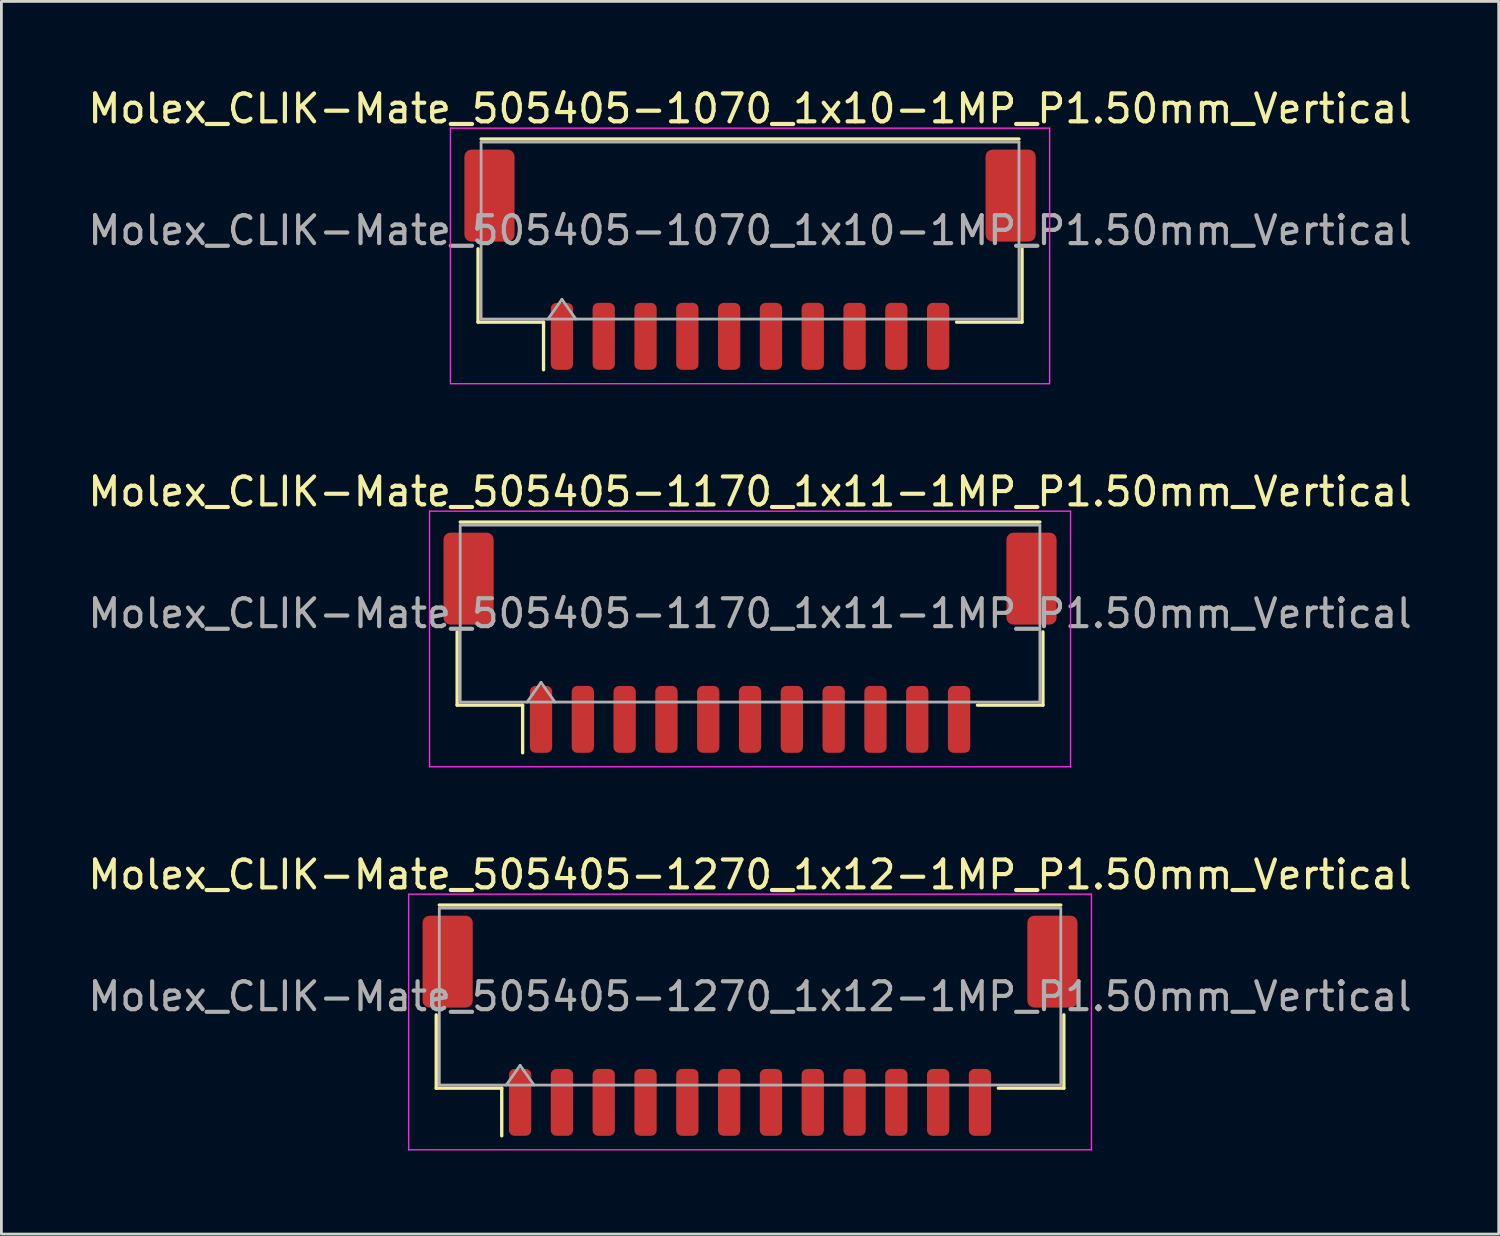
<source format=kicad_pcb>
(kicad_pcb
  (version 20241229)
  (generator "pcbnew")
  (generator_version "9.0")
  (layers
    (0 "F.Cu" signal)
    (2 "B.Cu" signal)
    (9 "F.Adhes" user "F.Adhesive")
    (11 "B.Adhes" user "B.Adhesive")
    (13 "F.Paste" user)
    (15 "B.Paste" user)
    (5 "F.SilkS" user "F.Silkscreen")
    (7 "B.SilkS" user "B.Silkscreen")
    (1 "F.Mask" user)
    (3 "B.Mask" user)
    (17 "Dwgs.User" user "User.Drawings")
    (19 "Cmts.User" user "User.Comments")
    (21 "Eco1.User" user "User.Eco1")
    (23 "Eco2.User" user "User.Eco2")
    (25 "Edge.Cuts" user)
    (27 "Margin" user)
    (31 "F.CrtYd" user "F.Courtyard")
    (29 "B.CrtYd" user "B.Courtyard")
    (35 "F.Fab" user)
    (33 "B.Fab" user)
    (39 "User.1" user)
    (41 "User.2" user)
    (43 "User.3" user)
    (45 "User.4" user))
  (footprint "Molex_CLIK-Mate_505405-1270_1x12-1MP_P1.50mm_Vertical"
    (layer "F.Cu")
    (at 23.863 33.755)
    (property "Reference" "Molex_CLIK-Mate_505405-1270_1x12-1MP_P1.50mm_Vertical" (at 0 -5.42 0) (layer "F.SilkS") (effects (font (size 1 1) (thickness 0.15))))
    (attr smd)
    (fp_line (start -11.26 -0.39) (end -11.26 2.24) (stroke (width 0.12) (type solid)) (layer "F.SilkS"))
    (fp_line (start -11.26 2.24) (end -8.91 2.24) (stroke (width 0.12) (type solid)) (layer "F.SilkS"))
    (fp_line (start -11.15 -4.33) (end 11.15 -4.33) (stroke (width 0.12) (type solid)) (layer "F.SilkS"))
    (fp_line (start -8.91 2.24) (end -8.91 3.95) (stroke (width 0.12) (type solid)) (layer "F.SilkS"))
    (fp_line (start 11.26 -0.39) (end 11.26 2.24) (stroke (width 0.12) (type solid)) (layer "F.SilkS"))
    (fp_line (start 11.26 2.24) (end 8.91 2.24) (stroke (width 0.12) (type solid)) (layer "F.SilkS"))
    (fp_line (start -12.25 -4.72) (end -12.25 4.45) (stroke (width 0.05) (type solid)) (layer "F.CrtYd"))
    (fp_line (start -12.25 4.45) (end 12.25 4.45) (stroke (width 0.05) (type solid)) (layer "F.CrtYd"))
    (fp_line (start 12.25 -4.72) (end -12.25 -4.72) (stroke (width 0.05) (type solid)) (layer "F.CrtYd"))
    (fp_line (start 12.25 4.45) (end 12.25 -4.72) (stroke (width 0.05) (type solid)) (layer "F.CrtYd"))
    (fp_line (start -11.15 -4.22) (end 11.15 -4.22) (stroke (width 0.1) (type solid)) (layer "F.Fab"))
    (fp_line (start -11.15 2.13) (end -11.15 -4.22) (stroke (width 0.1) (type solid)) (layer "F.Fab"))
    (fp_line (start -11.15 2.13) (end 11.15 2.13) (stroke (width 0.1) (type solid)) (layer "F.Fab"))
    (fp_line (start -8.75 2.13) (end -8.25 1.423) (stroke (width 0.1) (type solid)) (layer "F.Fab"))
    (fp_line (start -8.25 1.423) (end -7.75 2.13) (stroke (width 0.1) (type solid)) (layer "F.Fab"))
    (fp_line (start 11.15 2.13) (end 11.15 -4.22) (stroke (width 0.1) (type solid)) (layer "F.Fab"))
    (fp_text user "${REFERENCE}" (at 0 -1.05 0) (layer "F.Fab") (effects (font (size 1 1) (thickness 0.15))))
    (pad "1" smd roundrect (at -8.25 2.75) (size 0.8 2.4) (layers "F.Cu" "F.Mask" "F.Paste") (roundrect_rratio 0.25))
    (pad "2" smd roundrect (at -6.75 2.75) (size 0.8 2.4) (layers "F.Cu" "F.Mask" "F.Paste") (roundrect_rratio 0.25))
    (pad "3" smd roundrect (at -5.25 2.75) (size 0.8 2.4) (layers "F.Cu" "F.Mask" "F.Paste") (roundrect_rratio 0.25))
    (pad "4" smd roundrect (at -3.75 2.75) (size 0.8 2.4) (layers "F.Cu" "F.Mask" "F.Paste") (roundrect_rratio 0.25))
    (pad "5" smd roundrect (at -2.25 2.75) (size 0.8 2.4) (layers "F.Cu" "F.Mask" "F.Paste") (roundrect_rratio 0.25))
    (pad "6" smd roundrect (at -0.75 2.75) (size 0.8 2.4) (layers "F.Cu" "F.Mask" "F.Paste") (roundrect_rratio 0.25))
    (pad "7" smd roundrect (at 0.75 2.75) (size 0.8 2.4) (layers "F.Cu" "F.Mask" "F.Paste") (roundrect_rratio 0.25))
    (pad "8" smd roundrect (at 2.25 2.75) (size 0.8 2.4) (layers "F.Cu" "F.Mask" "F.Paste") (roundrect_rratio 0.25))
    (pad "9" smd roundrect (at 3.75 2.75) (size 0.8 2.4) (layers "F.Cu" "F.Mask" "F.Paste") (roundrect_rratio 0.25))
    (pad "10" smd roundrect (at 5.25 2.75) (size 0.8 2.4) (layers "F.Cu" "F.Mask" "F.Paste") (roundrect_rratio 0.25))
    (pad "11" smd roundrect (at 6.75 2.75) (size 0.8 2.4) (layers "F.Cu" "F.Mask" "F.Paste") (roundrect_rratio 0.25))
    (pad "12" smd roundrect (at 8.25 2.75) (size 0.8 2.4) (layers "F.Cu" "F.Mask" "F.Paste") (roundrect_rratio 0.25))
    (pad "MP" smd roundrect (at -10.85 -2.3) (size 1.8 3.3) (layers "F.Cu" "F.Mask" "F.Paste") (roundrect_rratio 0.139))
    (pad "MP" smd roundrect (at 10.85 -2.3) (size 1.8 3.3) (layers "F.Cu" "F.Mask" "F.Paste") (roundrect_rratio 0.139)))
  (footprint "Molex_CLIK-Mate_505405-1170_1x11-1MP_P1.50mm_Vertical"
    (layer "F.Cu")
    (at 23.863 20.012)
    (property "Reference" "Molex_CLIK-Mate_505405-1170_1x11-1MP_P1.50mm_Vertical" (at 0 -5.42 0) (layer "F.SilkS") (effects (font (size 1 1) (thickness 0.15))))
    (attr smd)
    (fp_line (start -10.51 -0.39) (end -10.51 2.24) (stroke (width 0.12) (type solid)) (layer "F.SilkS"))
    (fp_line (start -10.51 2.24) (end -8.16 2.24) (stroke (width 0.12) (type solid)) (layer "F.SilkS"))
    (fp_line (start -10.4 -4.33) (end 10.4 -4.33) (stroke (width 0.12) (type solid)) (layer "F.SilkS"))
    (fp_line (start -8.16 2.24) (end -8.16 3.95) (stroke (width 0.12) (type solid)) (layer "F.SilkS"))
    (fp_line (start 10.51 -0.39) (end 10.51 2.24) (stroke (width 0.12) (type solid)) (layer "F.SilkS"))
    (fp_line (start 10.51 2.24) (end 8.16 2.24) (stroke (width 0.12) (type solid)) (layer "F.SilkS"))
    (fp_line (start -11.5 -4.72) (end -11.5 4.45) (stroke (width 0.05) (type solid)) (layer "F.CrtYd"))
    (fp_line (start -11.5 4.45) (end 11.5 4.45) (stroke (width 0.05) (type solid)) (layer "F.CrtYd"))
    (fp_line (start 11.5 -4.72) (end -11.5 -4.72) (stroke (width 0.05) (type solid)) (layer "F.CrtYd"))
    (fp_line (start 11.5 4.45) (end 11.5 -4.72) (stroke (width 0.05) (type solid)) (layer "F.CrtYd"))
    (fp_line (start -10.4 -4.22) (end 10.4 -4.22) (stroke (width 0.1) (type solid)) (layer "F.Fab"))
    (fp_line (start -10.4 2.13) (end -10.4 -4.22) (stroke (width 0.1) (type solid)) (layer "F.Fab"))
    (fp_line (start -10.4 2.13) (end 10.4 2.13) (stroke (width 0.1) (type solid)) (layer "F.Fab"))
    (fp_line (start -8 2.13) (end -7.5 1.423) (stroke (width 0.1) (type solid)) (layer "F.Fab"))
    (fp_line (start -7.5 1.423) (end -7 2.13) (stroke (width 0.1) (type solid)) (layer "F.Fab"))
    (fp_line (start 10.4 2.13) (end 10.4 -4.22) (stroke (width 0.1) (type solid)) (layer "F.Fab"))
    (fp_text user "${REFERENCE}" (at 0 -1.05 0) (layer "F.Fab") (effects (font (size 1 1) (thickness 0.15))))
    (pad "1" smd roundrect (at -7.5 2.75) (size 0.8 2.4) (layers "F.Cu" "F.Mask" "F.Paste") (roundrect_rratio 0.25))
    (pad "2" smd roundrect (at -6 2.75) (size 0.8 2.4) (layers "F.Cu" "F.Mask" "F.Paste") (roundrect_rratio 0.25))
    (pad "3" smd roundrect (at -4.5 2.75) (size 0.8 2.4) (layers "F.Cu" "F.Mask" "F.Paste") (roundrect_rratio 0.25))
    (pad "4" smd roundrect (at -3 2.75) (size 0.8 2.4) (layers "F.Cu" "F.Mask" "F.Paste") (roundrect_rratio 0.25))
    (pad "5" smd roundrect (at -1.5 2.75) (size 0.8 2.4) (layers "F.Cu" "F.Mask" "F.Paste") (roundrect_rratio 0.25))
    (pad "6" smd roundrect (at 0 2.75) (size 0.8 2.4) (layers "F.Cu" "F.Mask" "F.Paste") (roundrect_rratio 0.25))
    (pad "7" smd roundrect (at 1.5 2.75) (size 0.8 2.4) (layers "F.Cu" "F.Mask" "F.Paste") (roundrect_rratio 0.25))
    (pad "8" smd roundrect (at 3 2.75) (size 0.8 2.4) (layers "F.Cu" "F.Mask" "F.Paste") (roundrect_rratio 0.25))
    (pad "9" smd roundrect (at 4.5 2.75) (size 0.8 2.4) (layers "F.Cu" "F.Mask" "F.Paste") (roundrect_rratio 0.25))
    (pad "10" smd roundrect (at 6 2.75) (size 0.8 2.4) (layers "F.Cu" "F.Mask" "F.Paste") (roundrect_rratio 0.25))
    (pad "11" smd roundrect (at 7.5 2.75) (size 0.8 2.4) (layers "F.Cu" "F.Mask" "F.Paste") (roundrect_rratio 0.25))
    (pad "MP" smd roundrect (at -10.1 -2.3) (size 1.8 3.3) (layers "F.Cu" "F.Mask" "F.Paste") (roundrect_rratio 0.139))
    (pad "MP" smd roundrect (at 10.1 -2.3) (size 1.8 3.3) (layers "F.Cu" "F.Mask" "F.Paste") (roundrect_rratio 0.139)))
  (footprint "Molex_CLIK-Mate_505405-1070_1x10-1MP_P1.50mm_Vertical"
    (layer "F.Cu")
    (at 23.863 6.268)
    (property "Reference" "Molex_CLIK-Mate_505405-1070_1x10-1MP_P1.50mm_Vertical" (at 0 -5.42 0) (layer "F.SilkS") (effects (font (size 1 1) (thickness 0.15))))
    (attr smd)
    (fp_line (start -9.76 -0.39) (end -9.76 2.24) (stroke (width 0.12) (type solid)) (layer "F.SilkS"))
    (fp_line (start -9.76 2.24) (end -7.41 2.24) (stroke (width 0.12) (type solid)) (layer "F.SilkS"))
    (fp_line (start -9.65 -4.33) (end 9.65 -4.33) (stroke (width 0.12) (type solid)) (layer "F.SilkS"))
    (fp_line (start -7.41 2.24) (end -7.41 3.95) (stroke (width 0.12) (type solid)) (layer "F.SilkS"))
    (fp_line (start 9.76 -0.39) (end 9.76 2.24) (stroke (width 0.12) (type solid)) (layer "F.SilkS"))
    (fp_line (start 9.76 2.24) (end 7.41 2.24) (stroke (width 0.12) (type solid)) (layer "F.SilkS"))
    (fp_line (start -10.75 -4.72) (end -10.75 4.45) (stroke (width 0.05) (type solid)) (layer "F.CrtYd"))
    (fp_line (start -10.75 4.45) (end 10.75 4.45) (stroke (width 0.05) (type solid)) (layer "F.CrtYd"))
    (fp_line (start 10.75 -4.72) (end -10.75 -4.72) (stroke (width 0.05) (type solid)) (layer "F.CrtYd"))
    (fp_line (start 10.75 4.45) (end 10.75 -4.72) (stroke (width 0.05) (type solid)) (layer "F.CrtYd"))
    (fp_line (start -9.65 -4.22) (end 9.65 -4.22) (stroke (width 0.1) (type solid)) (layer "F.Fab"))
    (fp_line (start -9.65 2.13) (end -9.65 -4.22) (stroke (width 0.1) (type solid)) (layer "F.Fab"))
    (fp_line (start -9.65 2.13) (end 9.65 2.13) (stroke (width 0.1) (type solid)) (layer "F.Fab"))
    (fp_line (start -7.25 2.13) (end -6.75 1.423) (stroke (width 0.1) (type solid)) (layer "F.Fab"))
    (fp_line (start -6.75 1.423) (end -6.25 2.13) (stroke (width 0.1) (type solid)) (layer "F.Fab"))
    (fp_line (start 9.65 2.13) (end 9.65 -4.22) (stroke (width 0.1) (type solid)) (layer "F.Fab"))
    (fp_text user "${REFERENCE}" (at 0 -1.05 0) (layer "F.Fab") (effects (font (size 1 1) (thickness 0.15))))
    (pad "1" smd roundrect (at -6.75 2.75) (size 0.8 2.4) (layers "F.Cu" "F.Mask" "F.Paste") (roundrect_rratio 0.25))
    (pad "2" smd roundrect (at -5.25 2.75) (size 0.8 2.4) (layers "F.Cu" "F.Mask" "F.Paste") (roundrect_rratio 0.25))
    (pad "3" smd roundrect (at -3.75 2.75) (size 0.8 2.4) (layers "F.Cu" "F.Mask" "F.Paste") (roundrect_rratio 0.25))
    (pad "4" smd roundrect (at -2.25 2.75) (size 0.8 2.4) (layers "F.Cu" "F.Mask" "F.Paste") (roundrect_rratio 0.25))
    (pad "5" smd roundrect (at -0.75 2.75) (size 0.8 2.4) (layers "F.Cu" "F.Mask" "F.Paste") (roundrect_rratio 0.25))
    (pad "6" smd roundrect (at 0.75 2.75) (size 0.8 2.4) (layers "F.Cu" "F.Mask" "F.Paste") (roundrect_rratio 0.25))
    (pad "7" smd roundrect (at 2.25 2.75) (size 0.8 2.4) (layers "F.Cu" "F.Mask" "F.Paste") (roundrect_rratio 0.25))
    (pad "8" smd roundrect (at 3.75 2.75) (size 0.8 2.4) (layers "F.Cu" "F.Mask" "F.Paste") (roundrect_rratio 0.25))
    (pad "9" smd roundrect (at 5.25 2.75) (size 0.8 2.4) (layers "F.Cu" "F.Mask" "F.Paste") (roundrect_rratio 0.25))
    (pad "10" smd roundrect (at 6.75 2.75) (size 0.8 2.4) (layers "F.Cu" "F.Mask" "F.Paste") (roundrect_rratio 0.25))
    (pad "MP" smd roundrect (at -9.35 -2.3) (size 1.8 3.3) (layers "F.Cu" "F.Mask" "F.Paste") (roundrect_rratio 0.139))
    (pad "MP" smd roundrect (at 9.35 -2.3) (size 1.8 3.3) (layers "F.Cu" "F.Mask" "F.Paste") (roundrect_rratio 0.139)))
  (gr_rect
    (start -3 -3)
    (end 50.726 41.23)
    (stroke (width 0.1) (type default))
    (fill no)
    (layer "Edge.Cuts")))
</source>
